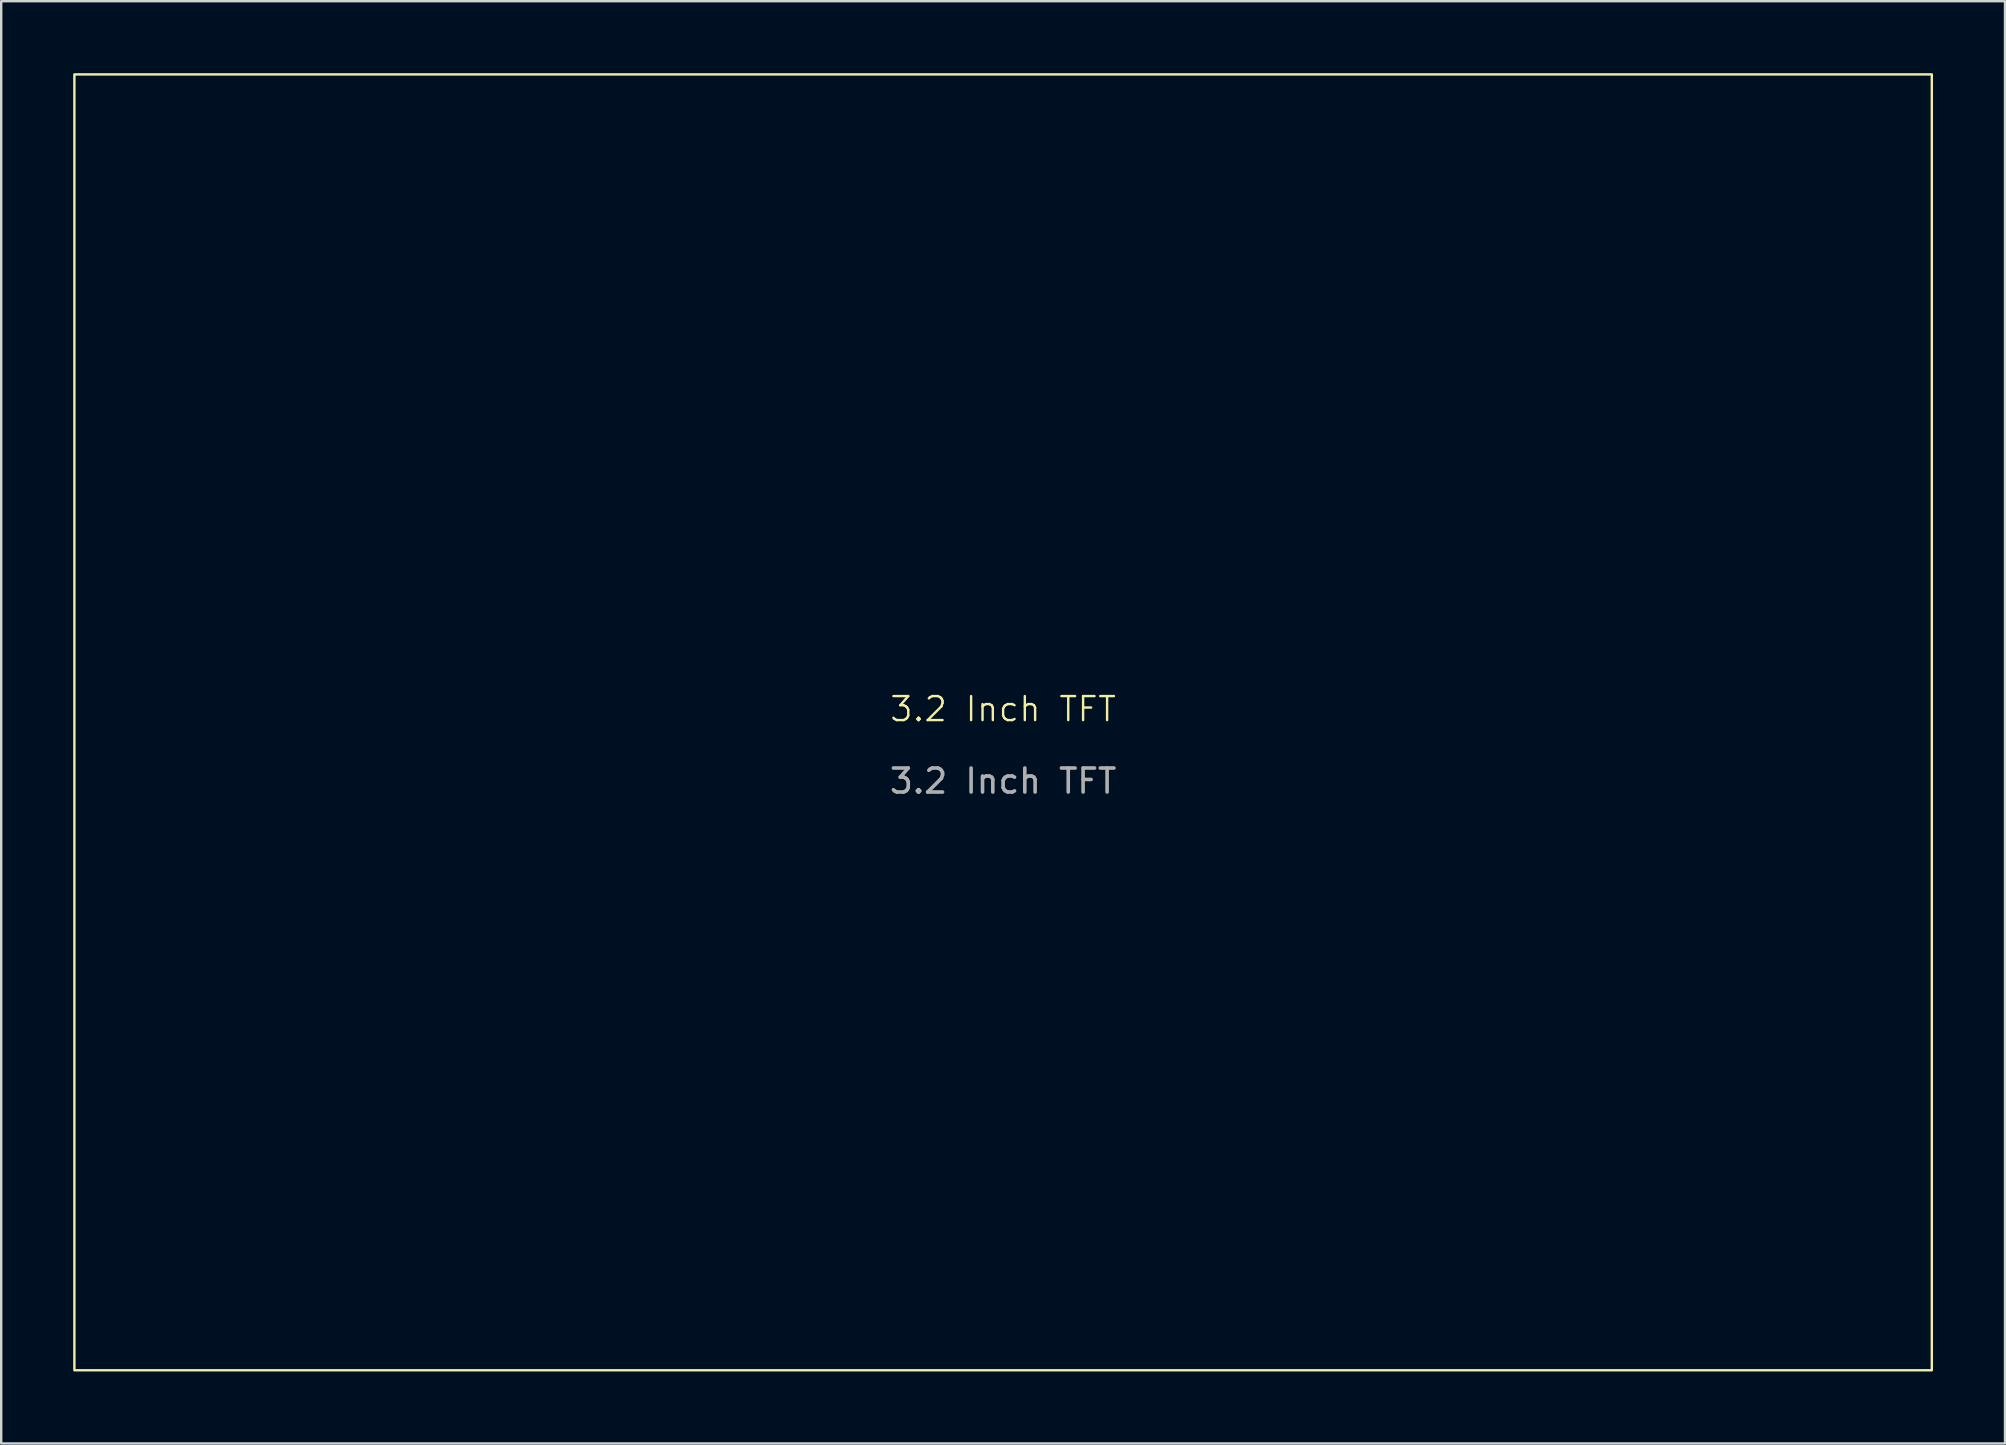
<source format=kicad_pcb>
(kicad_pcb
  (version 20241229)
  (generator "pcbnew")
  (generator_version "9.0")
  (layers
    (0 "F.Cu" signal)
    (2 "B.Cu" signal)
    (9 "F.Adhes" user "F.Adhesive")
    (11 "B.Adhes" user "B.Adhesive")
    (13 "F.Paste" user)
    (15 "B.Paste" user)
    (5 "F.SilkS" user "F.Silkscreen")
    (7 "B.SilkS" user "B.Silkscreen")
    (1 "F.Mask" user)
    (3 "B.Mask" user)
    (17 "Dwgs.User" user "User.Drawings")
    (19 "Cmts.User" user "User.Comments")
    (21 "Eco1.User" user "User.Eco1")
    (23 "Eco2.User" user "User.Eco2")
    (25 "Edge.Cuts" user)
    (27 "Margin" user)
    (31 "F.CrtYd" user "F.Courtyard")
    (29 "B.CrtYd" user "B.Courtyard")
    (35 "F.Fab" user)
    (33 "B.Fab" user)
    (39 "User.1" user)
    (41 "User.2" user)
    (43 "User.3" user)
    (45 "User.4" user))
  (footprint "3.2 Inch TFT"
    (layer "F.Cu")
    (at 38.75 26.999)
    (property "Reference" "3.2 Inch TFT" (at 0 -0.5 0) (unlocked yes) (layer "F.SilkS") (effects (font (size 1 1) (thickness 0.1))))
    (attr smd)
    (fp_rect (start -38.7 -26.949) (end 38.7 27.051) (stroke (width 0.1) (type default)) (fill no) (layer "F.SilkS"))
    (fp_text user "${REFERENCE}" (at 0 2.5 0) (unlocked yes) (layer "F.Fab") (effects (font (size 1 1) (thickness 0.15)))))
  (gr_rect
    (start -3 -3)
    (end 80.5 57.1)
    (stroke (width 0.1) (type default))
    (fill no)
    (layer "Edge.Cuts")))
</source>
